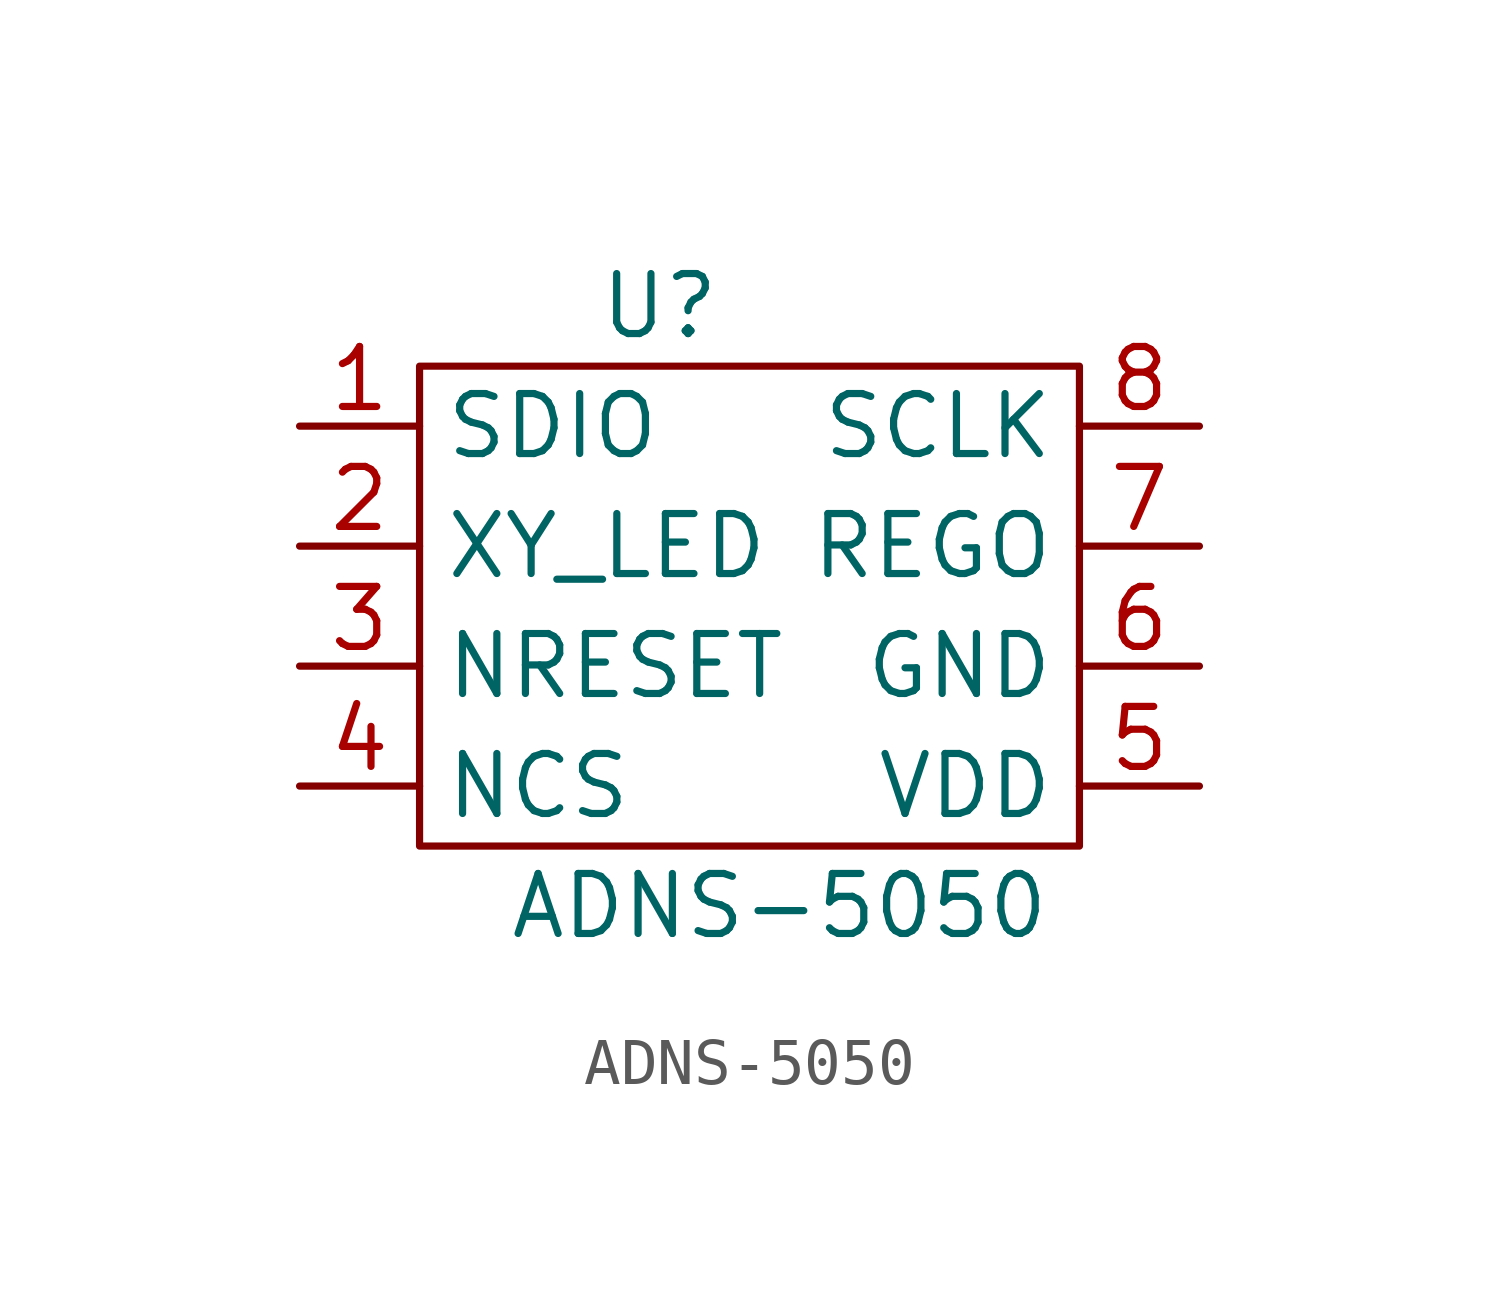
<source format=kicad_sym>
(kicad_symbol_lib
  (version 20211014)
  (generator kicad_symbol_editor)
  (symbol "ADNS-5050"
    (property "Reference" "U"
      (at -2.54 7.62 0)
      (effects (font (size 1.27 1.27))))
    (property "Value" "ADNS-5050"
      (at 0 -5.08 0)
      (effects (font (size 1.27 1.27))))
    (symbol "ADNS-5050_0_1"
      (rectangle (start -7.62 6.35) (end 6.35 -3.81) (stroke (width 0) (type default) (color 0 0 0 0)) (fill (type none))))
    (symbol "ADNS-5050_1_1"
      (pin input line (at -10.16 5.08 0) (length 2.54) (name "SDIO" (effects (font (size 1.27 1.27)))) (number "1" (effects (font (size 1.27 1.27)))))
      (pin input line (at -10.16 2.54 0) (length 2.54) (name "XY_LED" (effects (font (size 1.27 1.27)))) (number "2" (effects (font (size 1.27 1.27)))))
      (pin input line (at -10.16 0 0) (length 2.54) (name "NRESET" (effects (font (size 1.27 1.27)))) (number "3" (effects (font (size 1.27 1.27)))))
      (pin input line (at -10.16 -2.54 0) (length 2.54) (name "NCS" (effects (font (size 1.27 1.27)))) (number "4" (effects (font (size 1.27 1.27)))))
      (pin input line (at 8.89 -2.54 180) (length 2.54) (name "VDD" (effects (font (size 1.27 1.27)))) (number "5" (effects (font (size 1.27 1.27)))))
      (pin input line (at 8.89 0 180) (length 2.54) (name "GND" (effects (font (size 1.27 1.27)))) (number "6" (effects (font (size 1.27 1.27)))))
      (pin input line (at 8.89 2.54 180) (length 2.54) (name "REGO" (effects (font (size 1.27 1.27)))) (number "7" (effects (font (size 1.27 1.27)))))
      (pin input line (at 8.89 5.08 180) (length 2.54) (name "SCLK" (effects (font (size 1.27 1.27)))) (number "8" (effects (font (size 1.27 1.27))))))))
</source>
